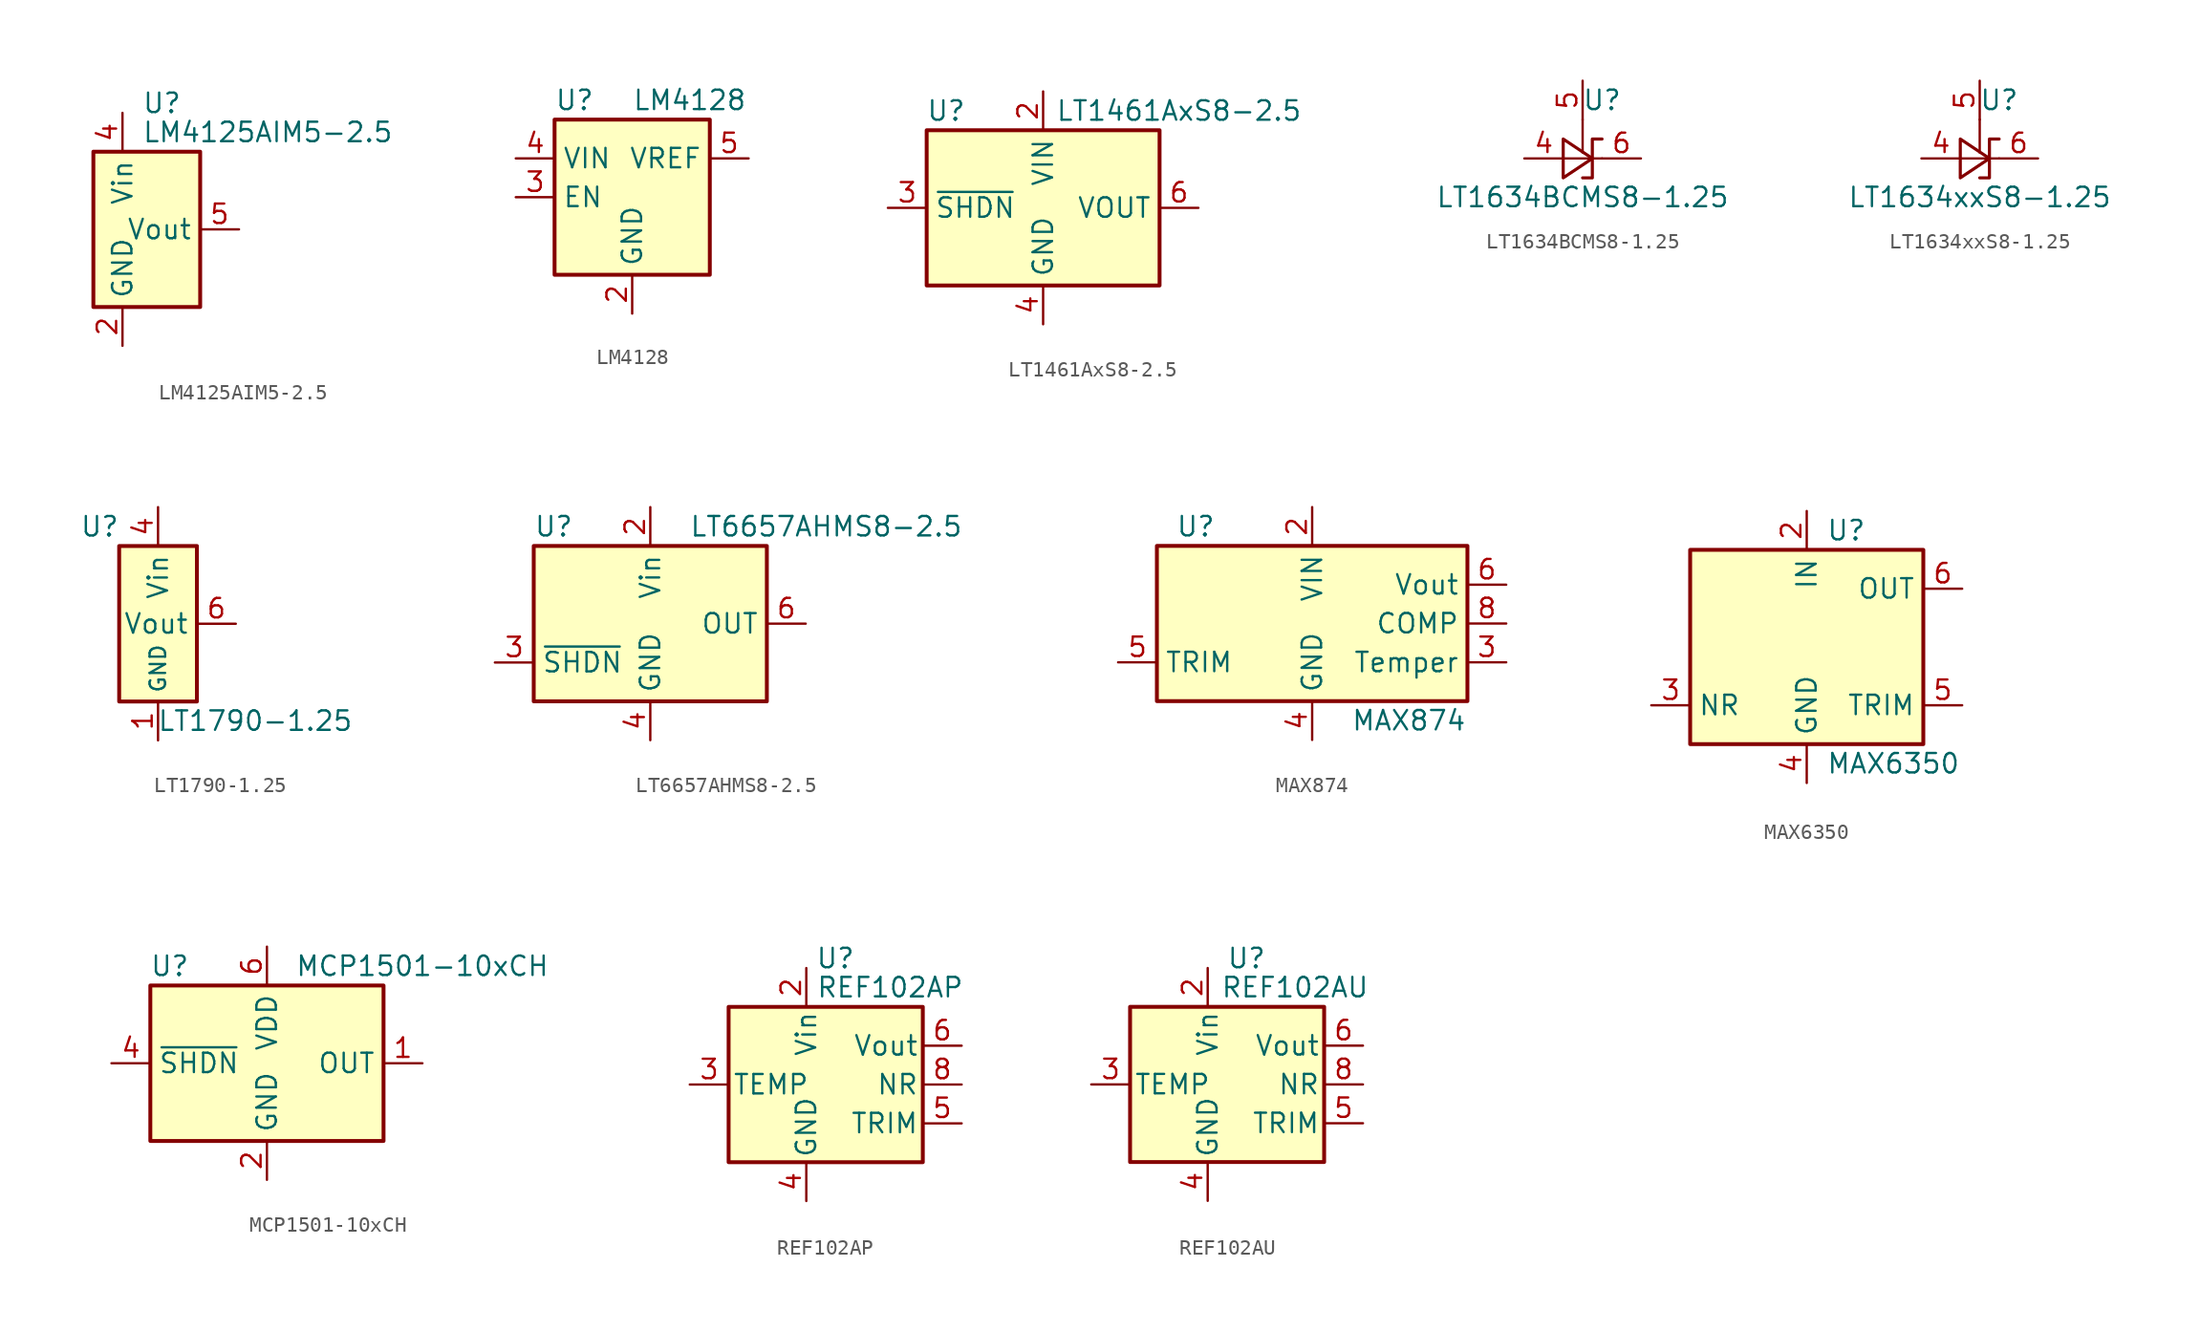
<source format=kicad_sym>
(kicad_symbol_lib
  (version 20211014)
  (generator kicad_symbol_editor)
  (symbol "LM4125AIM5-2.5"
    (property "Reference" "U"
      (at 1.27 8.255 0)
      (effects (font (size 1.27 1.27)) (justify left)))
    (property "Value" "LM4125AIM5-2.5"
      (at 1.27 6.35 0)
      (effects (font (size 1.27 1.27)) (justify left)))
    (symbol "LM4125AIM5-2.5_0_1"
      (rectangle (start -1.905 5.08) (end 5.08 -5.08) (stroke (width 0.254) (type default) (color 0 0 0 0)) (fill (type background))))
    (symbol "LM4125AIM5-2.5_1_1"
      (pin no_connect line (at 2.54 -5.08 90) (length 2.54) hide (name "NC" (effects (font (size 1.27 1.27)))) (number "1" (effects (font (size 1.27 1.27)))))
      (pin power_in line (at 0 -7.62 90) (length 2.54) (name "GND" (effects (font (size 1.27 1.27)))) (number "2" (effects (font (size 1.27 1.27)))))
      (pin no_connect line (at 5.08 -5.08 90) (length 2.54) hide (name "NC" (effects (font (size 1.27 1.27)))) (number "3" (effects (font (size 1.27 1.27)))))
      (pin power_in line (at 0 7.62 270) (length 2.54) (name "Vin" (effects (font (size 1.27 1.27)))) (number "4" (effects (font (size 1.27 1.27)))))
      (pin power_out line (at 7.62 0 180) (length 2.54) (name "Vout" (effects (font (size 1.27 1.27)))) (number "5" (effects (font (size 1.27 1.27)))))))
  (symbol "LM4128"
    (property "Reference" "U"
      (at -5.08 6.35 0)
      (effects (font (size 1.27 1.27)) (justify left)))
    (property "Value" "LM4128"
      (at 0 6.35 0)
      (effects (font (size 1.27 1.27)) (justify left)))
    (symbol "LM4128_0_1"
      (rectangle (start -5.08 5.08) (end 5.08 -5.08) (stroke (width 0.254) (type default) (color 0 0 0 0)) (fill (type background))))
    (symbol "LM4128_1_1"
      (pin no_connect line (at 5.08 0 180) (length 2.54) hide (name "NC" (effects (font (size 1.27 1.27)))) (number "1" (effects (font (size 1.27 1.27)))))
      (pin power_in line (at 0 -7.62 90) (length 2.54) (name "GND" (effects (font (size 1.27 1.27)))) (number "2" (effects (font (size 1.27 1.27)))))
      (pin input line (at -7.62 0 0) (length 2.54) (name "EN" (effects (font (size 1.27 1.27)))) (number "3" (effects (font (size 1.27 1.27)))))
      (pin power_in line (at -7.62 2.54 0) (length 2.54) (name "VIN" (effects (font (size 1.27 1.27)))) (number "4" (effects (font (size 1.27 1.27)))))
      (pin power_out line (at 7.62 2.54 180) (length 2.54) (name "VREF" (effects (font (size 1.27 1.27)))) (number "5" (effects (font (size 1.27 1.27)))))))
  (symbol "LT1461AxS8-2.5"
    (property "Reference" "U"
      (at -6.35 6.35 0)
      (effects (font (size 1.27 1.27))))
    (property "Value" "LT1461AxS8-2.5"
      (at 8.89 6.35 0)
      (effects (font (size 1.27 1.27))))
    (symbol "LT1461AxS8-2.5_1_1"
      (rectangle (start -7.62 5.08) (end 7.62 -5.08) (stroke (width 0.254) (type default) (color 0 0 0 0)) (fill (type background)))
      (pin no_connect line (at 7.62 -2.54 180) (length 2.54) hide (name "DNC" (effects (font (size 1.27 1.27)))) (number "1" (effects (font (size 1.27 1.27)))))
      (pin power_in line (at 0 7.62 270) (length 2.54) (name "VIN" (effects (font (size 1.27 1.27)))) (number "2" (effects (font (size 1.27 1.27)))))
      (pin input line (at -10.16 0 0) (length 2.54) (name "~{SHDN}" (effects (font (size 1.27 1.27)))) (number "3" (effects (font (size 1.27 1.27)))))
      (pin power_in line (at 0 -7.62 90) (length 2.54) (name "GND" (effects (font (size 1.27 1.27)))) (number "4" (effects (font (size 1.27 1.27)))))
      (pin no_connect line (at -7.62 -2.54 0) (length 2.54) hide (name "DNC" (effects (font (size 1.27 1.27)))) (number "5" (effects (font (size 1.27 1.27)))))
      (pin power_out line (at 10.16 0 180) (length 2.54) (name "VOUT" (effects (font (size 1.27 1.27)))) (number "6" (effects (font (size 1.27 1.27)))))
      (pin no_connect line (at -7.62 2.54 0) (length 2.54) hide (name "DNC" (effects (font (size 1.27 1.27)))) (number "7" (effects (font (size 1.27 1.27)))))
      (pin no_connect line (at 7.62 2.54 180) (length 2.54) hide (name "DNC" (effects (font (size 1.27 1.27)))) (number "8" (effects (font (size 1.27 1.27)))))))
  (symbol "LT1634BCMS8-1.25"
    (pin_names
      (offset 0.254) hide)
    (property "Reference" "U"
      (at 1.27 3.81 0)
      (effects (font (size 1.27 1.27))))
    (property "Value" "LT1634BCMS8-1.25"
      (at 0 -2.54 0)
      (effects (font (size 1.27 1.27))))
    (symbol "LT1634BCMS8-1.25_1_1"
      (polyline (pts (xy 0 2.54) (xy 0 0.381)) (stroke (width 0) (type default) (color 0 0 0 0)) (fill (type none)))
      (polyline (pts (xy -1.27 0) (xy 0 0) (xy 1.27 0)) (stroke (width 0) (type default) (color 0 0 0 0)) (fill (type none)))
      (polyline (pts (xy -1.27 -1.27) (xy 0.635 0) (xy -1.27 1.27) (xy -1.27 -1.27)) (stroke (width 0.203) (type default) (color 0 0 0 0)) (fill (type none)))
      (polyline (pts (xy 0 -1.27) (xy 0.635 -1.27) (xy 0.635 1.27) (xy 1.27 1.27)) (stroke (width 0.203) (type default) (color 0 0 0 0)) (fill (type none)))
      (pin passive line (at -3.81 0 0) (length 2.54) (name "A" (effects (font (size 1.27 1.27)))) (number "4" (effects (font (size 1.27 1.27)))))
      (pin input line (at 0 5.08 270) (length 2.54) (name "Test" (effects (font (size 1.27 1.27)))) (number "5" (effects (font (size 1.27 1.27)))))
      (pin passive line (at 3.81 0 180) (length 2.54) (name "K" (effects (font (size 1.27 1.27)))) (number "6" (effects (font (size 1.27 1.27)))))))
  (symbol "LT1634xxS8-1.25"
    (pin_names hide)
    (property "Reference" "U"
      (at 1.27 3.81 0)
      (effects (font (size 1.27 1.27))))
    (property "Value" "LT1634xxS8-1.25"
      (at 0 -2.54 0)
      (effects (font (size 1.27 1.27))))
    (symbol "LT1634xxS8-1.25_1_1"
      (polyline (pts (xy 0 2.54) (xy 0 0.381)) (stroke (width 0) (type default) (color 0 0 0 0)) (fill (type none)))
      (polyline (pts (xy -1.27 0) (xy 0 0) (xy 1.27 0)) (stroke (width 0) (type default) (color 0 0 0 0)) (fill (type none)))
      (polyline (pts (xy -1.27 -1.27) (xy 0.635 0) (xy -1.27 1.27) (xy -1.27 -1.27)) (stroke (width 0.203) (type default) (color 0 0 0 0)) (fill (type none)))
      (polyline (pts (xy 0 -1.27) (xy 0.635 -1.27) (xy 0.635 1.27) (xy 1.27 1.27)) (stroke (width 0.203) (type default) (color 0 0 0 0)) (fill (type none)))
      (pin passive line (at -3.81 0 0) (length 2.54) (name "A" (effects (font (size 1.27 1.27)))) (number "4" (effects (font (size 1.27 1.27)))))
      (pin input line (at 0 5.08 270) (length 2.54) (name "Test" (effects (font (size 1.27 1.27)))) (number "5" (effects (font (size 1.27 1.27)))))
      (pin passive line (at 3.81 0 180) (length 2.54) (name "K" (effects (font (size 1.27 1.27)))) (number "6" (effects (font (size 1.27 1.27)))))))
  (symbol "LT1790-1.25"
    (property "Reference" "U"
      (at -3.81 6.35 0)
      (effects (font (size 1.27 1.27))))
    (property "Value" "LT1790-1.25"
      (at 6.35 -6.35 0)
      (effects (font (size 1.27 1.27))))
    (symbol "LT1790-1.25_0_1"
      (rectangle (start 2.54 5.08) (end -2.54 -5.08) (stroke (width 0.254) (type default) (color 0 0 0 0)) (fill (type background))))
    (symbol "LT1790-1.25_1_1"
      (pin power_in line (at 0 -7.62 90) (length 2.54) (name "GND" (effects (font (size 1.016 1.016)))) (number "1" (effects (font (size 1.27 1.27)))))
      (pin passive line (at 0 -7.62 90) (length 2.54) hide (name "GND" (effects (font (size 1.016 1.016)))) (number "2" (effects (font (size 1.27 1.27)))))
      (pin power_in line (at 0 7.62 270) (length 2.54) (name "Vin" (effects (font (size 1.27 1.27)))) (number "4" (effects (font (size 1.27 1.27)))))
      (pin output line (at 5.08 0 180) (length 2.54) (name "Vout" (effects (font (size 1.27 1.27)))) (number "6" (effects (font (size 1.27 1.27)))))))
  (symbol "LT6657AHMS8-2.5"
    (property "Reference" "U"
      (at -7.62 6.35 0)
      (effects (font (size 1.27 1.27)) (justify left)))
    (property "Value" "LT6657AHMS8-2.5"
      (at 2.54 6.35 0)
      (effects (font (size 1.27 1.27)) (justify left)))
    (symbol "LT6657AHMS8-2.5_0_1"
      (rectangle (start -7.62 5.08) (end 7.62 -5.08) (stroke (width 0.254) (type default) (color 0 0 0 0)) (fill (type background))))
    (symbol "LT6657AHMS8-2.5_1_1"
      (pin no_connect line (at 7.62 -2.54 180) (length 2.54) hide (name "DNC" (effects (font (size 1.27 1.27)))) (number "1" (effects (font (size 1.27 1.27)))))
      (pin power_in line (at 0 7.62 270) (length 2.54) (name "Vin" (effects (font (size 1.27 1.27)))) (number "2" (effects (font (size 1.27 1.27)))))
      (pin input line (at -10.16 -2.54 0) (length 2.54) (name "~{SHDN}" (effects (font (size 1.27 1.27)))) (number "3" (effects (font (size 1.27 1.27)))))
      (pin power_in line (at 0 -7.62 90) (length 2.54) (name "GND" (effects (font (size 1.27 1.27)))) (number "4" (effects (font (size 1.27 1.27)))))
      (pin no_connect line (at -7.62 0 0) (length 2.54) hide (name "DNC" (effects (font (size 1.27 1.27)))) (number "5" (effects (font (size 1.27 1.27)))))
      (pin power_out line (at 10.16 0 180) (length 2.54) (name "OUT" (effects (font (size 1.27 1.27)))) (number "6" (effects (font (size 1.27 1.27)))))
      (pin no_connect line (at -7.62 2.54 0) (length 2.54) hide (name "DNC" (effects (font (size 1.27 1.27)))) (number "7" (effects (font (size 1.27 1.27)))))
      (pin no_connect line (at 7.62 2.54 180) (length 2.54) hide (name "DNC" (effects (font (size 1.27 1.27)))) (number "8" (effects (font (size 1.27 1.27)))))))
  (symbol "MAX874"
    (property "Reference" "U"
      (at -7.62 6.35 0)
      (effects (font (size 1.27 1.27))))
    (property "Value" "MAX874"
      (at 2.54 -6.35 0)
      (effects (font (size 1.27 1.27)) (justify left)))
    (symbol "MAX874_0_1"
      (rectangle (start -10.16 5.08) (end 10.16 -5.08) (stroke (width 0.254) (type default) (color 0 0 0 0)) (fill (type background))))
    (symbol "MAX874_1_1"
      (pin no_connect line (at -10.16 0 0) (length 2.54) hide (name "IC" (effects (font (size 1.27 1.27)))) (number "1" (effects (font (size 1.27 1.27)))))
      (pin power_in line (at 0 7.62 270) (length 2.54) (name "VIN" (effects (font (size 1.27 1.27)))) (number "2" (effects (font (size 1.27 1.27)))))
      (pin output line (at 12.7 -2.54 180) (length 2.54) (name "Temper" (effects (font (size 1.27 1.27)))) (number "3" (effects (font (size 1.27 1.27)))))
      (pin power_in line (at 0 -7.62 90) (length 2.54) (name "GND" (effects (font (size 1.27 1.27)))) (number "4" (effects (font (size 1.27 1.27)))))
      (pin input line (at -12.7 -2.54 0) (length 2.54) (name "TRIM" (effects (font (size 1.27 1.27)))) (number "5" (effects (font (size 1.27 1.27)))))
      (pin power_out line (at 12.7 2.54 180) (length 2.54) (name "Vout" (effects (font (size 1.27 1.27)))) (number "6" (effects (font (size 1.27 1.27)))))
      (pin no_connect line (at -2.54 -5.08 90) (length 2.54) hide (name "IC" (effects (font (size 1.27 1.27)))) (number "7" (effects (font (size 1.27 1.27)))))
      (pin passive line (at 12.7 0 180) (length 2.54) (name "COMP" (effects (font (size 1.27 1.27)))) (number "8" (effects (font (size 1.27 1.27)))))))
  (symbol "MAX6350"
    (property "Reference" "U"
      (at 1.27 6.35 0)
      (effects (font (size 1.27 1.27)) (justify left)))
    (property "Value" "MAX6350"
      (at 1.27 -8.89 0)
      (effects (font (size 1.27 1.27)) (justify left)))
    (symbol "MAX6350_0_1"
      (rectangle (start -7.62 5.08) (end 7.62 -7.62) (stroke (width 0.254) (type default) (color 0 0 0 0)) (fill (type background))))
    (symbol "MAX6350_1_1"
      (pin no_connect line (at -7.62 -2.54 0) (length 2.54) hide (name "NC" (effects (font (size 1.27 1.27)))) (number "1" (effects (font (size 1.27 1.27)))))
      (pin power_in line (at 0 7.62 270) (length 2.54) (name "IN" (effects (font (size 1.27 1.27)))) (number "2" (effects (font (size 1.27 1.27)))))
      (pin passive line (at -10.16 -5.08 0) (length 2.54) (name "NR" (effects (font (size 1.27 1.27)))) (number "3" (effects (font (size 1.27 1.27)))))
      (pin power_in line (at 0 -10.16 90) (length 2.54) (name "GND" (effects (font (size 1.27 1.27)))) (number "4" (effects (font (size 1.27 1.27)))))
      (pin passive line (at 10.16 -5.08 180) (length 2.54) (name "TRIM" (effects (font (size 1.27 1.27)))) (number "5" (effects (font (size 1.27 1.27)))))
      (pin power_out line (at 10.16 2.54 180) (length 2.54) (name "OUT" (effects (font (size 1.27 1.27)))) (number "6" (effects (font (size 1.27 1.27)))))
      (pin no_connect line (at 7.62 0 180) (length 2.54) hide (name "NC" (effects (font (size 1.27 1.27)))) (number "7" (effects (font (size 1.27 1.27)))))
      (pin no_connect line (at 7.62 -2.54 180) (length 2.54) hide (name "NC" (effects (font (size 1.27 1.27)))) (number "8" (effects (font (size 1.27 1.27)))))))
  (symbol "MCP1501-10xCH"
    (property "Reference" "U"
      (at -6.35 6.35 0)
      (effects (font (size 1.27 1.27))))
    (property "Value" "MCP1501-10xCH"
      (at 10.16 6.35 0)
      (effects (font (size 1.27 1.27))))
    (symbol "MCP1501-10xCH_0_0"
      (pin power_out line (at 10.16 0 180) (length 2.54) (name "OUT" (effects (font (size 1.27 1.27)))) (number "1" (effects (font (size 1.27 1.27)))))
      (pin power_in line (at 0 -7.62 90) (length 2.54) (name "GND" (effects (font (size 1.27 1.27)))) (number "2" (effects (font (size 1.27 1.27)))))
      (pin passive line (at 0 -7.62 90) (length 2.54) hide (name "GND" (effects (font (size 1.27 1.27)))) (number "3" (effects (font (size 1.27 1.27)))))
      (pin input line (at -10.16 0 0) (length 2.54) (name "~{SHDN}" (effects (font (size 1.27 1.27)))) (number "4" (effects (font (size 1.27 1.27)))))
      (pin passive line (at 0 -7.62 90) (length 2.54) hide (name "GND" (effects (font (size 1.27 1.27)))) (number "5" (effects (font (size 1.27 1.27)))))
      (pin power_in line (at 0 7.62 270) (length 2.54) (name "VDD" (effects (font (size 1.27 1.27)))) (number "6" (effects (font (size 1.27 1.27))))))
    (symbol "MCP1501-10xCH_0_1"
      (rectangle (start -7.62 5.08) (end 7.62 -5.08) (stroke (width 0.254) (type default) (color 0 0 0 0)) (fill (type background)))))
  (symbol "REF102AP"
    (pin_names
      (offset 0.254))
    (property "Reference" "U"
      (at -0.635 8.255 0)
      (effects (font (size 1.27 1.27))))
    (property "Value" "REF102AP"
      (at -1.905 6.35 0)
      (effects (font (size 1.27 1.27)) (justify left)))
    (symbol "REF102AP_0_1"
      (rectangle (start -7.62 5.08) (end 5.08 -5.08) (stroke (width 0.254) (type default) (color 0 0 0 0)) (fill (type background))))
    (symbol "REF102AP_1_1"
      (pin no_connect line (at -5.08 -5.08 90) (length 2.54) hide (name "NC" (effects (font (size 1.27 1.27)))) (number "1" (effects (font (size 1.27 1.27)))))
      (pin power_in line (at -2.54 7.62 270) (length 2.54) (name "Vin" (effects (font (size 1.27 1.27)))) (number "2" (effects (font (size 1.27 1.27)))))
      (pin passive line (at -10.16 0 0) (length 2.54) (name "TEMP" (effects (font (size 1.27 1.27)))) (number "3" (effects (font (size 1.27 1.27)))))
      (pin power_in line (at -2.54 -7.62 90) (length 2.54) (name "GND" (effects (font (size 1.27 1.27)))) (number "4" (effects (font (size 1.27 1.27)))))
      (pin passive line (at 7.62 -2.54 180) (length 2.54) (name "TRIM" (effects (font (size 1.27 1.27)))) (number "5" (effects (font (size 1.27 1.27)))))
      (pin power_out line (at 7.62 2.54 180) (length 2.54) (name "Vout" (effects (font (size 1.27 1.27)))) (number "6" (effects (font (size 1.27 1.27)))))
      (pin no_connect line (at 0 -5.08 90) (length 2.54) hide (name "NC" (effects (font (size 1.27 1.27)))) (number "7" (effects (font (size 1.27 1.27)))))
      (pin passive line (at 7.62 0 180) (length 2.54) (name "NR" (effects (font (size 1.27 1.27)))) (number "8" (effects (font (size 1.27 1.27)))))))
  (symbol "REF102AU"
    (pin_names
      (offset 0.254))
    (property "Reference" "U"
      (at 0 8.255 0)
      (effects (font (size 1.27 1.27))))
    (property "Value" "REF102AU"
      (at 3.175 6.35 0)
      (effects (font (size 1.27 1.27))))
    (symbol "REF102AU_0_1"
      (rectangle (start -7.62 5.08) (end 5.08 -5.08) (stroke (width 0.254) (type default) (color 0 0 0 0)) (fill (type background))))
    (symbol "REF102AU_1_1"
      (pin no_connect line (at -5.08 -5.08 90) (length 2.54) hide (name "NC" (effects (font (size 1.27 1.27)))) (number "1" (effects (font (size 1.27 1.27)))))
      (pin power_in line (at -2.54 7.62 270) (length 2.54) (name "Vin" (effects (font (size 1.27 1.27)))) (number "2" (effects (font (size 1.27 1.27)))))
      (pin passive line (at -10.16 0 0) (length 2.54) (name "TEMP" (effects (font (size 1.27 1.27)))) (number "3" (effects (font (size 1.27 1.27)))))
      (pin power_in line (at -2.54 -7.62 90) (length 2.54) (name "GND" (effects (font (size 1.27 1.27)))) (number "4" (effects (font (size 1.27 1.27)))))
      (pin passive line (at 7.62 -2.54 180) (length 2.54) (name "TRIM" (effects (font (size 1.27 1.27)))) (number "5" (effects (font (size 1.27 1.27)))))
      (pin power_out line (at 7.62 2.54 180) (length 2.54) (name "Vout" (effects (font (size 1.27 1.27)))) (number "6" (effects (font (size 1.27 1.27)))))
      (pin no_connect line (at 0 -5.08 90) (length 2.54) hide (name "NC" (effects (font (size 1.27 1.27)))) (number "7" (effects (font (size 1.27 1.27)))))
      (pin passive line (at 7.62 0 180) (length 2.54) (name "NR" (effects (font (size 1.27 1.27)))) (number "8" (effects (font (size 1.27 1.27))))))))
</source>
